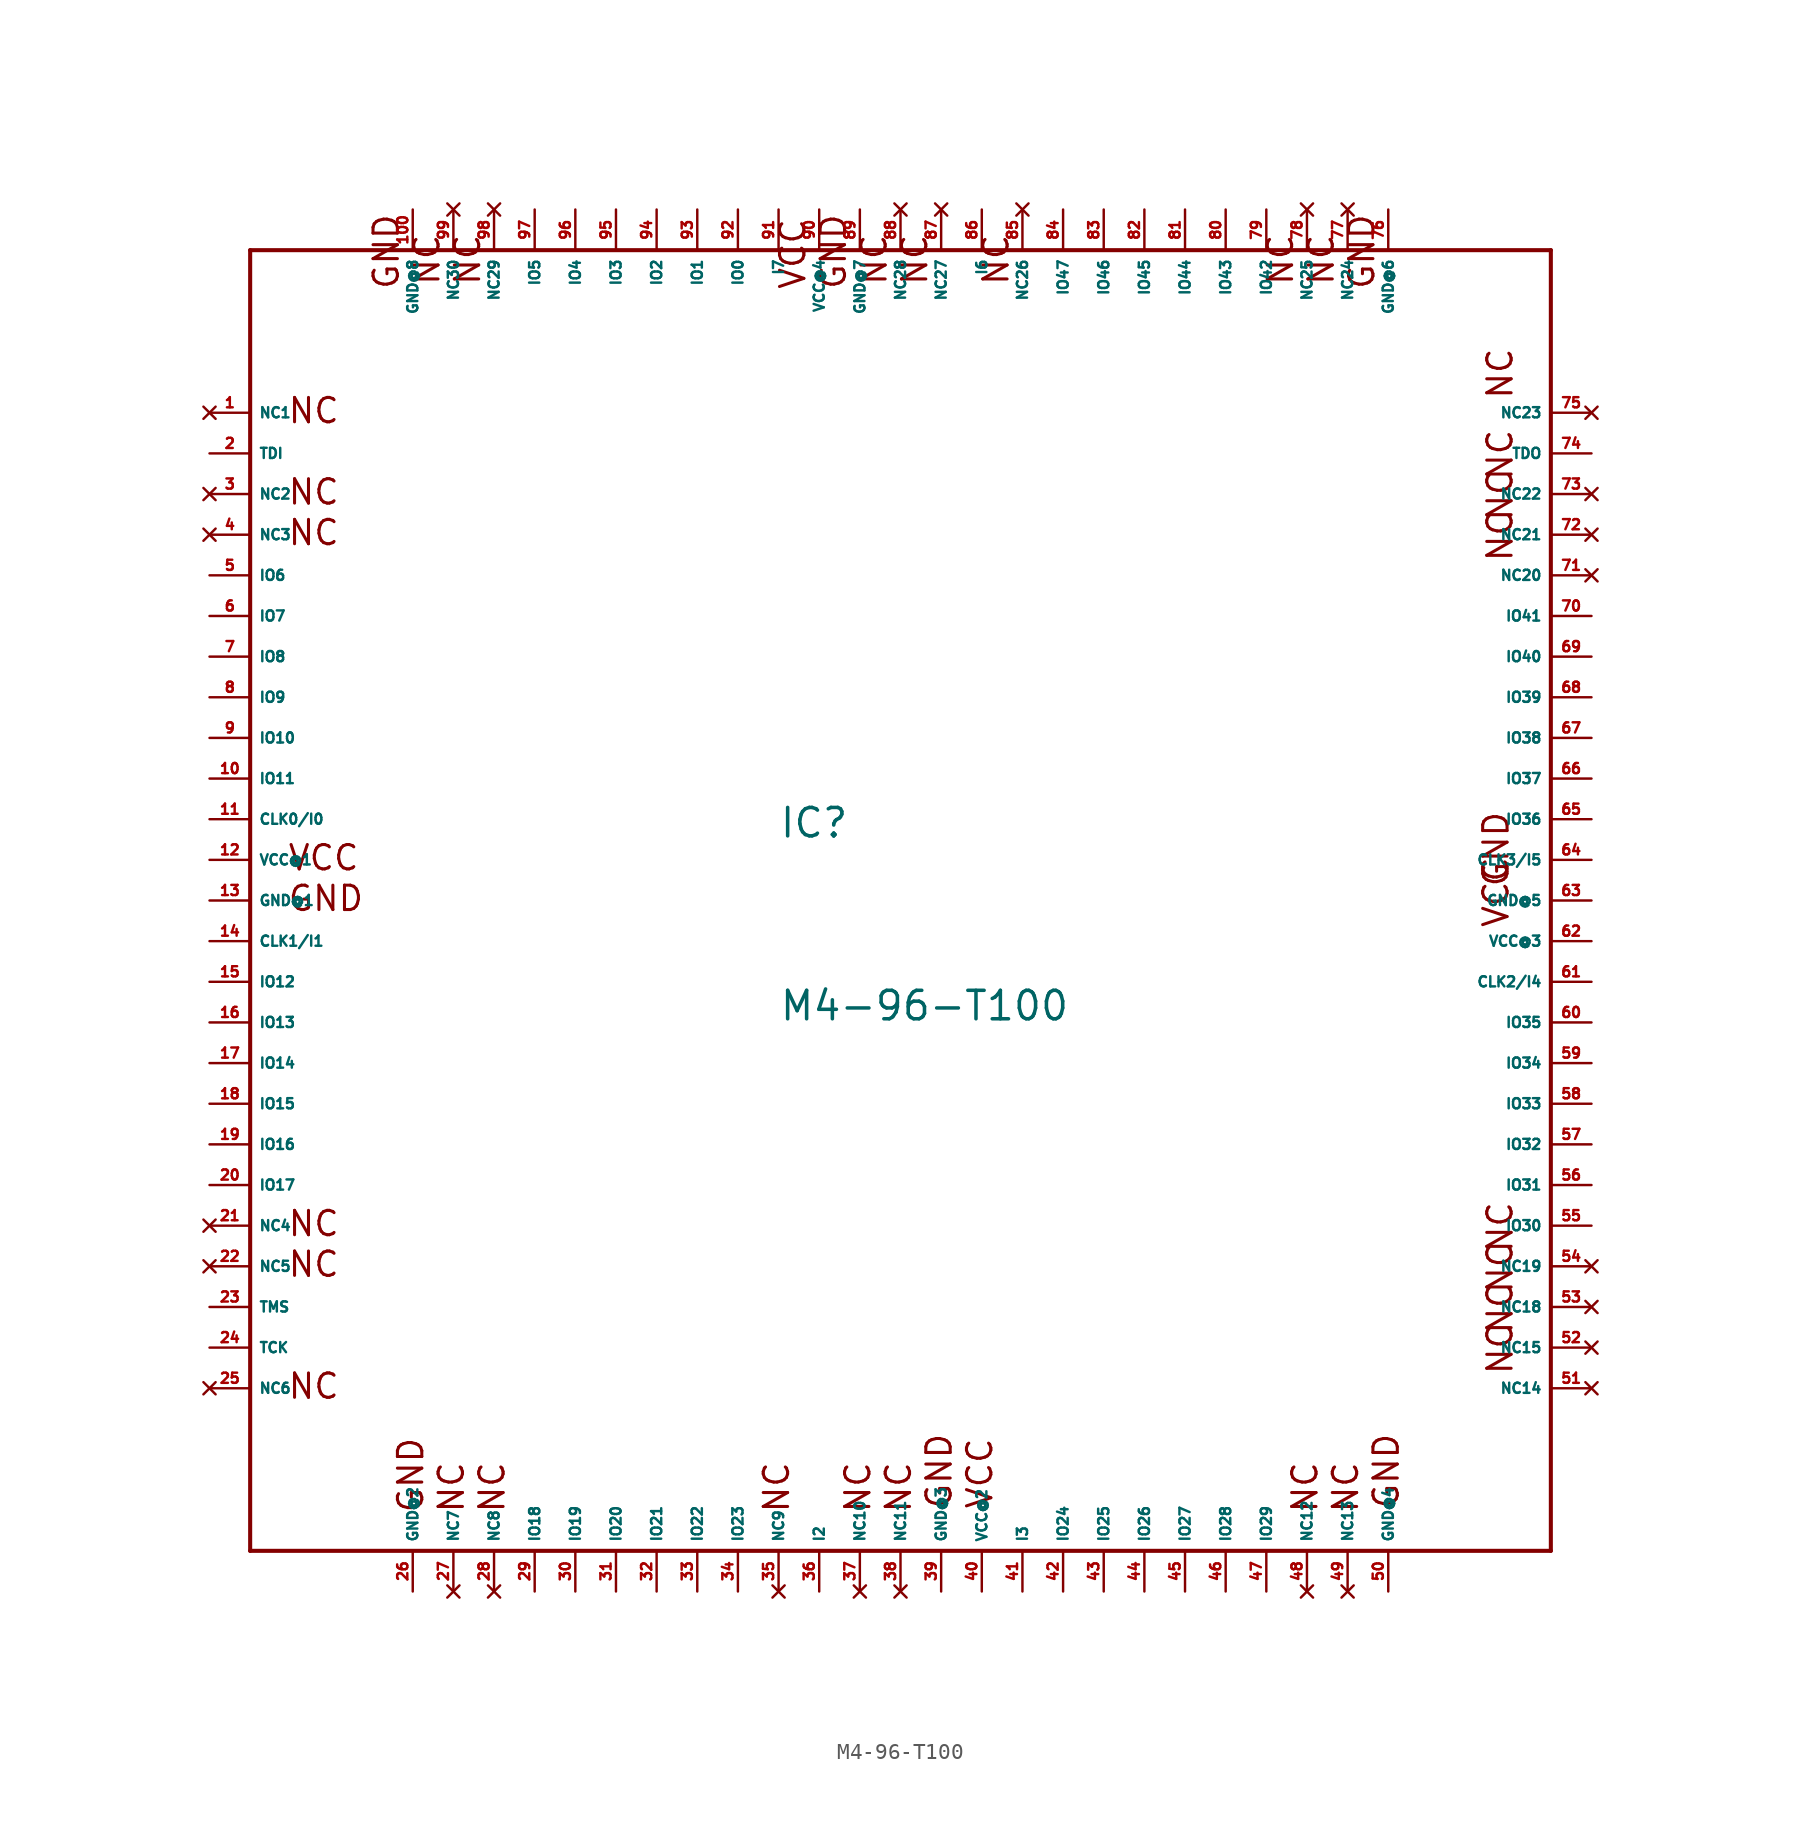
<source format=kicad_sym>
(kicad_symbol_lib
  (version 20220914)
  (generator Eagle2Kicad)
  (symbol "M4-96-T100"
    (property "Reference" "IC"
      (at -7.62 3.81 0)
      (effects (font (size 1.778 1.778) (thickness 0.22)) (justify left bottom)))
    (property "Value" "M4-96-T100"
      (at -7.62 -7.62 0)
      (effects (font (size 1.778 1.778) (thickness 0.22)) (justify left bottom)))
    (polyline
      (pts (xy -40.64 40.64) (xy -40.64 -40.64))
      (stroke (width 0.254) (type default))
      (fill (type none)))
    (polyline
      (pts (xy -40.64 -40.64) (xy 40.64 -40.64))
      (stroke (width 0.254) (type default))
      (fill (type none)))
    (polyline
      (pts (xy 40.64 -40.64) (xy 40.64 40.64))
      (stroke (width 0.254) (type default))
      (fill (type none)))
    (polyline
      (pts (xy 40.64 40.64) (xy -40.64 40.64))
      (stroke (width 0.254) (type default))
      (fill (type none)))
    (text "GND"
      (at -38.354 -0.762 0)
      (effects (font (size 1.524 1.524) (thickness 0.19)) (justify left bottom)))
    (text "GND"
      (at -29.718 -38.354 900)
      (effects (font (size 1.524 1.524) (thickness 0.19)) (justify left bottom)))
    (text "GND"
      (at 3.302 -38.1 900)
      (effects (font (size 1.524 1.524) (thickness 0.19)) (justify left bottom)))
    (text "GND"
      (at 31.242 -38.1 900)
      (effects (font (size 1.524 1.524) (thickness 0.19)) (justify left bottom)))
    (text "VCC"
      (at 5.842 -38.1 900)
      (effects (font (size 1.524 1.524) (thickness 0.19)) (justify left bottom)))
    (text "VCC"
      (at -38.354 1.778 0)
      (effects (font (size 1.524 1.524) (thickness 0.19)) (justify left bottom)))
    (text "NC"
      (at -38.354 29.718 0)
      (effects (font (size 1.524 1.524) (thickness 0.19)) (justify left bottom)))
    (text "NC"
      (at -38.354 24.638 0)
      (effects (font (size 1.524 1.524) (thickness 0.19)) (justify left bottom)))
    (text "NC"
      (at -38.354 22.098 0)
      (effects (font (size 1.524 1.524) (thickness 0.19)) (justify left bottom)))
    (text "NC"
      (at -38.354 -21.082 0)
      (effects (font (size 1.524 1.524) (thickness 0.19)) (justify left bottom)))
    (text "NC"
      (at -38.354 -23.622 0)
      (effects (font (size 1.524 1.524) (thickness 0.19)) (justify left bottom)))
    (text "NC"
      (at -38.354 -31.242 0)
      (effects (font (size 1.524 1.524) (thickness 0.19)) (justify left bottom)))
    (text "NC"
      (at -27.178 -38.354 900)
      (effects (font (size 1.524 1.524) (thickness 0.19)) (justify left bottom)))
    (text "NC"
      (at -24.638 -38.354 900)
      (effects (font (size 1.524 1.524) (thickness 0.19)) (justify left bottom)))
    (text "NC"
      (at -6.858 -38.354 900)
      (effects (font (size 1.524 1.524) (thickness 0.19)) (justify left bottom)))
    (text "NC"
      (at -1.778 -38.354 900)
      (effects (font (size 1.524 1.524) (thickness 0.19)) (justify left bottom)))
    (text "NC"
      (at 0.762 -38.354 900)
      (effects (font (size 1.524 1.524) (thickness 0.19)) (justify left bottom)))
    (text "NC"
      (at 26.162 -38.354 900)
      (effects (font (size 1.524 1.524) (thickness 0.19)) (justify left bottom)))
    (text "NC"
      (at 28.702 -38.354 900)
      (effects (font (size 1.524 1.524) (thickness 0.19)) (justify left bottom)))
    (text "NC"
      (at 38.354 -29.718 1800)
      (effects (font (size 1.524 1.524) (thickness 0.19)) (justify left bottom)))
    (text "NC"
      (at 38.354 -27.178 1800)
      (effects (font (size 1.524 1.524) (thickness 0.19)) (justify left bottom)))
    (text "NC"
      (at 38.354 -24.638 1800)
      (effects (font (size 1.524 1.524) (thickness 0.19)) (justify left bottom)))
    (text "NC"
      (at 38.354 -22.098 1800)
      (effects (font (size 1.524 1.524) (thickness 0.19)) (justify left bottom)))
    (text "VCC"
      (at 38.1 -1.778 1800)
      (effects (font (size 1.524 1.524) (thickness 0.19)) (justify left bottom)))
    (text "GND"
      (at 38.1 0.762 1800)
      (effects (font (size 1.524 1.524) (thickness 0.19)) (justify left bottom)))
    (text "NC"
      (at 38.354 21.082 1800)
      (effects (font (size 1.524 1.524) (thickness 0.19)) (justify left bottom)))
    (text "NC"
      (at 38.354 23.622 1800)
      (effects (font (size 1.524 1.524) (thickness 0.19)) (justify left bottom)))
    (text "NC"
      (at 38.354 26.162 1800)
      (effects (font (size 1.524 1.524) (thickness 0.19)) (justify left bottom)))
    (text "NC"
      (at 38.354 31.242 1800)
      (effects (font (size 1.524 1.524) (thickness 0.19)) (justify left bottom)))
    (text "GND"
      (at 29.718 38.1 2700)
      (effects (font (size 1.524 1.524) (thickness 0.19)) (justify left bottom)))
    (text "NC"
      (at 27.178 38.354 2700)
      (effects (font (size 1.524 1.524) (thickness 0.19)) (justify left bottom)))
    (text "NC"
      (at 24.638 38.354 2700)
      (effects (font (size 1.524 1.524) (thickness 0.19)) (justify left bottom)))
    (text "NC"
      (at 6.858 38.354 2700)
      (effects (font (size 1.524 1.524) (thickness 0.19)) (justify left bottom)))
    (text "NC"
      (at 1.778 38.354 2700)
      (effects (font (size 1.524 1.524) (thickness 0.19)) (justify left bottom)))
    (text "NC"
      (at -0.762 38.354 2700)
      (effects (font (size 1.524 1.524) (thickness 0.19)) (justify left bottom)))
    (text "GND"
      (at -3.302 38.1 2700)
      (effects (font (size 1.524 1.524) (thickness 0.19)) (justify left bottom)))
    (text "VCC"
      (at -5.842 38.1 2700)
      (effects (font (size 1.524 1.524) (thickness 0.19)) (justify left bottom)))
    (text "NC"
      (at -26.162 38.354 2700)
      (effects (font (size 1.524 1.524) (thickness 0.19)) (justify left bottom)))
    (text "NC"
      (at -28.702 38.354 2700)
      (effects (font (size 1.524 1.524) (thickness 0.19)) (justify left bottom)))
    (text "GND"
      (at -31.242 38.1 2700)
      (effects (font (size 1.524 1.524) (thickness 0.19)) (justify left bottom)))
    (pin input line
      (at -43.18 5.08 0)
      (length 2.54)
      (name "CLK0/I0" (effects (font (size 0.635 0.635) (thickness 0.08)) (justify left bottom)))
      (number "11" (effects (font (size 0.635 0.635) (thickness 0.08)) (justify left bottom))))
    (pin input line
      (at -43.18 -2.54 0)
      (length 2.54)
      (name "CLK1/I1" (effects (font (size 0.635 0.635) (thickness 0.08)) (justify left bottom)))
      (number "14" (effects (font (size 0.635 0.635) (thickness 0.08)) (justify left bottom))))
    (pin input line
      (at -43.18 27.94 0)
      (length 2.54)
      (name "TDI" (effects (font (size 0.635 0.635) (thickness 0.08)) (justify left bottom)))
      (number "2" (effects (font (size 0.635 0.635) (thickness 0.08)) (justify left bottom))))
    (pin input line
      (at -43.18 -27.94 0)
      (length 2.54)
      (name "TCK" (effects (font (size 0.635 0.635) (thickness 0.08)) (justify left bottom)))
      (number "24" (effects (font (size 0.635 0.635) (thickness 0.08)) (justify left bottom))))
    (pin input line
      (at -43.18 -25.4 0)
      (length 2.54)
      (name "TMS" (effects (font (size 0.635 0.635) (thickness 0.08)) (justify left bottom)))
      (number "23" (effects (font (size 0.635 0.635) (thickness 0.08)) (justify left bottom))))
    (pin output line
      (at 43.18 27.94 180)
      (length 2.54)
      (name "TDO" (effects (font (size 0.635 0.635) (thickness 0.08)) (justify left bottom)))
      (number "74" (effects (font (size 0.635 0.635) (thickness 0.08)) (justify left bottom))))
    (pin bidirectional line
      (at -10.16 43.18 270)
      (length 2.54)
      (name "IO0" (effects (font (size 0.635 0.635) (thickness 0.08)) (justify left bottom)))
      (number "92" (effects (font (size 0.635 0.635) (thickness 0.08)) (justify left bottom))))
    (pin bidirectional line
      (at -12.7 43.18 270)
      (length 2.54)
      (name "IO1" (effects (font (size 0.635 0.635) (thickness 0.08)) (justify left bottom)))
      (number "93" (effects (font (size 0.635 0.635) (thickness 0.08)) (justify left bottom))))
    (pin bidirectional line
      (at -15.24 43.18 270)
      (length 2.54)
      (name "IO2" (effects (font (size 0.635 0.635) (thickness 0.08)) (justify left bottom)))
      (number "94" (effects (font (size 0.635 0.635) (thickness 0.08)) (justify left bottom))))
    (pin bidirectional line
      (at -17.78 43.18 270)
      (length 2.54)
      (name "IO3" (effects (font (size 0.635 0.635) (thickness 0.08)) (justify left bottom)))
      (number "95" (effects (font (size 0.635 0.635) (thickness 0.08)) (justify left bottom))))
    (pin bidirectional line
      (at -20.32 43.18 270)
      (length 2.54)
      (name "IO4" (effects (font (size 0.635 0.635) (thickness 0.08)) (justify left bottom)))
      (number "96" (effects (font (size 0.635 0.635) (thickness 0.08)) (justify left bottom))))
    (pin bidirectional line
      (at -22.86 43.18 270)
      (length 2.54)
      (name "IO5" (effects (font (size 0.635 0.635) (thickness 0.08)) (justify left bottom)))
      (number "97" (effects (font (size 0.635 0.635) (thickness 0.08)) (justify left bottom))))
    (pin bidirectional line
      (at -43.18 20.32 0)
      (length 2.54)
      (name "IO6" (effects (font (size 0.635 0.635) (thickness 0.08)) (justify left bottom)))
      (number "5" (effects (font (size 0.635 0.635) (thickness 0.08)) (justify left bottom))))
    (pin bidirectional line
      (at -43.18 17.78 0)
      (length 2.54)
      (name "IO7" (effects (font (size 0.635 0.635) (thickness 0.08)) (justify left bottom)))
      (number "6" (effects (font (size 0.635 0.635) (thickness 0.08)) (justify left bottom))))
    (pin bidirectional line
      (at -43.18 15.24 0)
      (length 2.54)
      (name "IO8" (effects (font (size 0.635 0.635) (thickness 0.08)) (justify left bottom)))
      (number "7" (effects (font (size 0.635 0.635) (thickness 0.08)) (justify left bottom))))
    (pin bidirectional line
      (at -43.18 12.7 0)
      (length 2.54)
      (name "IO9" (effects (font (size 0.635 0.635) (thickness 0.08)) (justify left bottom)))
      (number "8" (effects (font (size 0.635 0.635) (thickness 0.08)) (justify left bottom))))
    (pin bidirectional line
      (at -43.18 10.16 0)
      (length 2.54)
      (name "IO10" (effects (font (size 0.635 0.635) (thickness 0.08)) (justify left bottom)))
      (number "9" (effects (font (size 0.635 0.635) (thickness 0.08)) (justify left bottom))))
    (pin bidirectional line
      (at -43.18 7.62 0)
      (length 2.54)
      (name "IO11" (effects (font (size 0.635 0.635) (thickness 0.08)) (justify left bottom)))
      (number "10" (effects (font (size 0.635 0.635) (thickness 0.08)) (justify left bottom))))
    (pin bidirectional line
      (at -43.18 -5.08 0)
      (length 2.54)
      (name "IO12" (effects (font (size 0.635 0.635) (thickness 0.08)) (justify left bottom)))
      (number "15" (effects (font (size 0.635 0.635) (thickness 0.08)) (justify left bottom))))
    (pin bidirectional line
      (at -43.18 -7.62 0)
      (length 2.54)
      (name "IO13" (effects (font (size 0.635 0.635) (thickness 0.08)) (justify left bottom)))
      (number "16" (effects (font (size 0.635 0.635) (thickness 0.08)) (justify left bottom))))
    (pin bidirectional line
      (at -43.18 -10.16 0)
      (length 2.54)
      (name "IO14" (effects (font (size 0.635 0.635) (thickness 0.08)) (justify left bottom)))
      (number "17" (effects (font (size 0.635 0.635) (thickness 0.08)) (justify left bottom))))
    (pin bidirectional line
      (at -43.18 -12.7 0)
      (length 2.54)
      (name "IO15" (effects (font (size 0.635 0.635) (thickness 0.08)) (justify left bottom)))
      (number "18" (effects (font (size 0.635 0.635) (thickness 0.08)) (justify left bottom))))
    (pin bidirectional line
      (at -43.18 -15.24 0)
      (length 2.54)
      (name "IO16" (effects (font (size 0.635 0.635) (thickness 0.08)) (justify left bottom)))
      (number "19" (effects (font (size 0.635 0.635) (thickness 0.08)) (justify left bottom))))
    (pin bidirectional line
      (at -43.18 -17.78 0)
      (length 2.54)
      (name "IO17" (effects (font (size 0.635 0.635) (thickness 0.08)) (justify left bottom)))
      (number "20" (effects (font (size 0.635 0.635) (thickness 0.08)) (justify left bottom))))
    (pin bidirectional line
      (at -22.86 -43.18 90)
      (length 2.54)
      (name "IO18" (effects (font (size 0.635 0.635) (thickness 0.08)) (justify left bottom)))
      (number "29" (effects (font (size 0.635 0.635) (thickness 0.08)) (justify left bottom))))
    (pin bidirectional line
      (at -20.32 -43.18 90)
      (length 2.54)
      (name "IO19" (effects (font (size 0.635 0.635) (thickness 0.08)) (justify left bottom)))
      (number "30" (effects (font (size 0.635 0.635) (thickness 0.08)) (justify left bottom))))
    (pin bidirectional line
      (at -17.78 -43.18 90)
      (length 2.54)
      (name "IO20" (effects (font (size 0.635 0.635) (thickness 0.08)) (justify left bottom)))
      (number "31" (effects (font (size 0.635 0.635) (thickness 0.08)) (justify left bottom))))
    (pin bidirectional line
      (at -15.24 -43.18 90)
      (length 2.54)
      (name "IO21" (effects (font (size 0.635 0.635) (thickness 0.08)) (justify left bottom)))
      (number "32" (effects (font (size 0.635 0.635) (thickness 0.08)) (justify left bottom))))
    (pin bidirectional line
      (at -12.7 -43.18 90)
      (length 2.54)
      (name "IO22" (effects (font (size 0.635 0.635) (thickness 0.08)) (justify left bottom)))
      (number "33" (effects (font (size 0.635 0.635) (thickness 0.08)) (justify left bottom))))
    (pin bidirectional line
      (at -10.16 -43.18 90)
      (length 2.54)
      (name "IO23" (effects (font (size 0.635 0.635) (thickness 0.08)) (justify left bottom)))
      (number "34" (effects (font (size 0.635 0.635) (thickness 0.08)) (justify left bottom))))
    (pin bidirectional line
      (at 10.16 -43.18 90)
      (length 2.54)
      (name "IO24" (effects (font (size 0.635 0.635) (thickness 0.08)) (justify left bottom)))
      (number "42" (effects (font (size 0.635 0.635) (thickness 0.08)) (justify left bottom))))
    (pin bidirectional line
      (at 12.7 -43.18 90)
      (length 2.54)
      (name "IO25" (effects (font (size 0.635 0.635) (thickness 0.08)) (justify left bottom)))
      (number "43" (effects (font (size 0.635 0.635) (thickness 0.08)) (justify left bottom))))
    (pin bidirectional line
      (at 15.24 -43.18 90)
      (length 2.54)
      (name "IO26" (effects (font (size 0.635 0.635) (thickness 0.08)) (justify left bottom)))
      (number "44" (effects (font (size 0.635 0.635) (thickness 0.08)) (justify left bottom))))
    (pin bidirectional line
      (at 17.78 -43.18 90)
      (length 2.54)
      (name "IO27" (effects (font (size 0.635 0.635) (thickness 0.08)) (justify left bottom)))
      (number "45" (effects (font (size 0.635 0.635) (thickness 0.08)) (justify left bottom))))
    (pin bidirectional line
      (at 20.32 -43.18 90)
      (length 2.54)
      (name "IO28" (effects (font (size 0.635 0.635) (thickness 0.08)) (justify left bottom)))
      (number "46" (effects (font (size 0.635 0.635) (thickness 0.08)) (justify left bottom))))
    (pin bidirectional line
      (at 22.86 -43.18 90)
      (length 2.54)
      (name "IO29" (effects (font (size 0.635 0.635) (thickness 0.08)) (justify left bottom)))
      (number "47" (effects (font (size 0.635 0.635) (thickness 0.08)) (justify left bottom))))
    (pin bidirectional line
      (at 43.18 -20.32 180)
      (length 2.54)
      (name "IO30" (effects (font (size 0.635 0.635) (thickness 0.08)) (justify left bottom)))
      (number "55" (effects (font (size 0.635 0.635) (thickness 0.08)) (justify left bottom))))
    (pin bidirectional line
      (at 43.18 -17.78 180)
      (length 2.54)
      (name "IO31" (effects (font (size 0.635 0.635) (thickness 0.08)) (justify left bottom)))
      (number "56" (effects (font (size 0.635 0.635) (thickness 0.08)) (justify left bottom))))
    (pin unspecified line
      (at -43.18 0 0)
      (length 2.54)
      (name "GND@1" (effects (font (size 0.635 0.635) (thickness 0.08)) (justify left bottom)))
      (number "13" (effects (font (size 0.635 0.635) (thickness 0.08)) (justify left bottom))))
    (pin unspecified line
      (at -30.48 -43.18 90)
      (length 2.54)
      (name "GND@2" (effects (font (size 0.635 0.635) (thickness 0.08)) (justify left bottom)))
      (number "26" (effects (font (size 0.635 0.635) (thickness 0.08)) (justify left bottom))))
    (pin unspecified line
      (at 2.54 -43.18 90)
      (length 2.54)
      (name "GND@3" (effects (font (size 0.635 0.635) (thickness 0.08)) (justify left bottom)))
      (number "39" (effects (font (size 0.635 0.635) (thickness 0.08)) (justify left bottom))))
    (pin unspecified line
      (at 30.48 -43.18 90)
      (length 2.54)
      (name "GND@4" (effects (font (size 0.635 0.635) (thickness 0.08)) (justify left bottom)))
      (number "50" (effects (font (size 0.635 0.635) (thickness 0.08)) (justify left bottom))))
    (pin unspecified line
      (at -43.18 2.54 0)
      (length 2.54)
      (name "VCC@1" (effects (font (size 0.635 0.635) (thickness 0.08)) (justify left bottom)))
      (number "12" (effects (font (size 0.635 0.635) (thickness 0.08)) (justify left bottom))))
    (pin unspecified line
      (at 5.08 -43.18 90)
      (length 2.54)
      (name "VCC@2" (effects (font (size 0.635 0.635) (thickness 0.08)) (justify left bottom)))
      (number "40" (effects (font (size 0.635 0.635) (thickness 0.08)) (justify left bottom))))
    (pin no_connect line
      (at -43.18 30.48 0)
      (length 2.54)
      (name "NC1" (effects (font (size 0.635 0.635) (thickness 0.08)) (justify left bottom) hide))
      (number "1" (effects (font (size 0.635 0.635) (thickness 0.08)) (justify left bottom) hide)))
    (pin no_connect line
      (at -43.18 25.4 0)
      (length 2.54)
      (name "NC2" (effects (font (size 0.635 0.635) (thickness 0.08)) (justify left bottom) hide))
      (number "3" (effects (font (size 0.635 0.635) (thickness 0.08)) (justify left bottom) hide)))
    (pin no_connect line
      (at -43.18 22.86 0)
      (length 2.54)
      (name "NC3" (effects (font (size 0.635 0.635) (thickness 0.08)) (justify left bottom) hide))
      (number "4" (effects (font (size 0.635 0.635) (thickness 0.08)) (justify left bottom) hide)))
    (pin no_connect line
      (at -43.18 -20.32 0)
      (length 2.54)
      (name "NC4" (effects (font (size 0.635 0.635) (thickness 0.08)) (justify left bottom) hide))
      (number "21" (effects (font (size 0.635 0.635) (thickness 0.08)) (justify left bottom) hide)))
    (pin no_connect line
      (at -43.18 -22.86 0)
      (length 2.54)
      (name "NC5" (effects (font (size 0.635 0.635) (thickness 0.08)) (justify left bottom) hide))
      (number "22" (effects (font (size 0.635 0.635) (thickness 0.08)) (justify left bottom) hide)))
    (pin no_connect line
      (at -43.18 -30.48 0)
      (length 2.54)
      (name "NC6" (effects (font (size 0.635 0.635) (thickness 0.08)) (justify left bottom) hide))
      (number "25" (effects (font (size 0.635 0.635) (thickness 0.08)) (justify left bottom) hide)))
    (pin no_connect line
      (at -27.94 -43.18 90)
      (length 2.54)
      (name "NC7" (effects (font (size 0.635 0.635) (thickness 0.08)) (justify left bottom) hide))
      (number "27" (effects (font (size 0.635 0.635) (thickness 0.08)) (justify left bottom) hide)))
    (pin no_connect line
      (at -25.4 -43.18 90)
      (length 2.54)
      (name "NC8" (effects (font (size 0.635 0.635) (thickness 0.08)) (justify left bottom) hide))
      (number "28" (effects (font (size 0.635 0.635) (thickness 0.08)) (justify left bottom) hide)))
    (pin no_connect line
      (at -7.62 -43.18 90)
      (length 2.54)
      (name "NC9" (effects (font (size 0.635 0.635) (thickness 0.08)) (justify left bottom) hide))
      (number "35" (effects (font (size 0.635 0.635) (thickness 0.08)) (justify left bottom) hide)))
    (pin input line
      (at -5.08 -43.18 90)
      (length 2.54)
      (name "I2" (effects (font (size 0.635 0.635) (thickness 0.08)) (justify left bottom)))
      (number "36" (effects (font (size 0.635 0.635) (thickness 0.08)) (justify left bottom))))
    (pin no_connect line
      (at -2.54 -43.18 90)
      (length 2.54)
      (name "NC10" (effects (font (size 0.635 0.635) (thickness 0.08)) (justify left bottom) hide))
      (number "37" (effects (font (size 0.635 0.635) (thickness 0.08)) (justify left bottom) hide)))
    (pin no_connect line
      (at 0 -43.18 90)
      (length 2.54)
      (name "NC11" (effects (font (size 0.635 0.635) (thickness 0.08)) (justify left bottom) hide))
      (number "38" (effects (font (size 0.635 0.635) (thickness 0.08)) (justify left bottom) hide)))
    (pin input line
      (at 7.62 -43.18 90)
      (length 2.54)
      (name "I3" (effects (font (size 0.635 0.635) (thickness 0.08)) (justify left bottom)))
      (number "41" (effects (font (size 0.635 0.635) (thickness 0.08)) (justify left bottom))))
    (pin no_connect line
      (at 25.4 -43.18 90)
      (length 2.54)
      (name "NC12" (effects (font (size 0.635 0.635) (thickness 0.08)) (justify left bottom) hide))
      (number "48" (effects (font (size 0.635 0.635) (thickness 0.08)) (justify left bottom) hide)))
    (pin no_connect line
      (at 27.94 -43.18 90)
      (length 2.54)
      (name "NC13" (effects (font (size 0.635 0.635) (thickness 0.08)) (justify left bottom) hide))
      (number "49" (effects (font (size 0.635 0.635) (thickness 0.08)) (justify left bottom) hide)))
    (pin no_connect line
      (at 43.18 -30.48 180)
      (length 2.54)
      (name "NC14" (effects (font (size 0.635 0.635) (thickness 0.08)) (justify left bottom) hide))
      (number "51" (effects (font (size 0.635 0.635) (thickness 0.08)) (justify left bottom) hide)))
    (pin no_connect line
      (at 43.18 -27.94 180)
      (length 2.54)
      (name "NC15" (effects (font (size 0.635 0.635) (thickness 0.08)) (justify left bottom) hide))
      (number "52" (effects (font (size 0.635 0.635) (thickness 0.08)) (justify left bottom) hide)))
    (pin no_connect line
      (at 43.18 -25.4 180)
      (length 2.54)
      (name "NC18" (effects (font (size 0.635 0.635) (thickness 0.08)) (justify left bottom) hide))
      (number "53" (effects (font (size 0.635 0.635) (thickness 0.08)) (justify left bottom) hide)))
    (pin no_connect line
      (at 43.18 -22.86 180)
      (length 2.54)
      (name "NC19" (effects (font (size 0.635 0.635) (thickness 0.08)) (justify left bottom) hide))
      (number "54" (effects (font (size 0.635 0.635) (thickness 0.08)) (justify left bottom) hide)))
    (pin bidirectional line
      (at 43.18 -15.24 180)
      (length 2.54)
      (name "IO32" (effects (font (size 0.635 0.635) (thickness 0.08)) (justify left bottom)))
      (number "57" (effects (font (size 0.635 0.635) (thickness 0.08)) (justify left bottom))))
    (pin bidirectional line
      (at 43.18 -12.7 180)
      (length 2.54)
      (name "IO33" (effects (font (size 0.635 0.635) (thickness 0.08)) (justify left bottom)))
      (number "58" (effects (font (size 0.635 0.635) (thickness 0.08)) (justify left bottom))))
    (pin bidirectional line
      (at 43.18 -10.16 180)
      (length 2.54)
      (name "IO34" (effects (font (size 0.635 0.635) (thickness 0.08)) (justify left bottom)))
      (number "59" (effects (font (size 0.635 0.635) (thickness 0.08)) (justify left bottom))))
    (pin bidirectional line
      (at 43.18 -7.62 180)
      (length 2.54)
      (name "IO35" (effects (font (size 0.635 0.635) (thickness 0.08)) (justify left bottom)))
      (number "60" (effects (font (size 0.635 0.635) (thickness 0.08)) (justify left bottom))))
    (pin input line
      (at 43.18 -5.08 180)
      (length 2.54)
      (name "CLK2/I4" (effects (font (size 0.635 0.635) (thickness 0.08)) (justify left bottom)))
      (number "61" (effects (font (size 0.635 0.635) (thickness 0.08)) (justify left bottom))))
    (pin unspecified line
      (at 43.18 -2.54 180)
      (length 2.54)
      (name "VCC@3" (effects (font (size 0.635 0.635) (thickness 0.08)) (justify left bottom)))
      (number "62" (effects (font (size 0.635 0.635) (thickness 0.08)) (justify left bottom))))
    (pin unspecified line
      (at 43.18 0 180)
      (length 2.54)
      (name "GND@5" (effects (font (size 0.635 0.635) (thickness 0.08)) (justify left bottom)))
      (number "63" (effects (font (size 0.635 0.635) (thickness 0.08)) (justify left bottom))))
    (pin input line
      (at 43.18 2.54 180)
      (length 2.54)
      (name "CLK3/I5" (effects (font (size 0.635 0.635) (thickness 0.08)) (justify left bottom)))
      (number "64" (effects (font (size 0.635 0.635) (thickness 0.08)) (justify left bottom))))
    (pin bidirectional line
      (at 43.18 5.08 180)
      (length 2.54)
      (name "IO36" (effects (font (size 0.635 0.635) (thickness 0.08)) (justify left bottom)))
      (number "65" (effects (font (size 0.635 0.635) (thickness 0.08)) (justify left bottom))))
    (pin bidirectional line
      (at 43.18 7.62 180)
      (length 2.54)
      (name "IO37" (effects (font (size 0.635 0.635) (thickness 0.08)) (justify left bottom)))
      (number "66" (effects (font (size 0.635 0.635) (thickness 0.08)) (justify left bottom))))
    (pin bidirectional line
      (at 43.18 10.16 180)
      (length 2.54)
      (name "IO38" (effects (font (size 0.635 0.635) (thickness 0.08)) (justify left bottom)))
      (number "67" (effects (font (size 0.635 0.635) (thickness 0.08)) (justify left bottom))))
    (pin bidirectional line
      (at 43.18 12.7 180)
      (length 2.54)
      (name "IO39" (effects (font (size 0.635 0.635) (thickness 0.08)) (justify left bottom)))
      (number "68" (effects (font (size 0.635 0.635) (thickness 0.08)) (justify left bottom))))
    (pin bidirectional line
      (at 43.18 15.24 180)
      (length 2.54)
      (name "IO40" (effects (font (size 0.635 0.635) (thickness 0.08)) (justify left bottom)))
      (number "69" (effects (font (size 0.635 0.635) (thickness 0.08)) (justify left bottom))))
    (pin bidirectional line
      (at 43.18 17.78 180)
      (length 2.54)
      (name "IO41" (effects (font (size 0.635 0.635) (thickness 0.08)) (justify left bottom)))
      (number "70" (effects (font (size 0.635 0.635) (thickness 0.08)) (justify left bottom))))
    (pin no_connect line
      (at 43.18 20.32 180)
      (length 2.54)
      (name "NC20" (effects (font (size 0.635 0.635) (thickness 0.08)) (justify left bottom) hide))
      (number "71" (effects (font (size 0.635 0.635) (thickness 0.08)) (justify left bottom) hide)))
    (pin no_connect line
      (at 43.18 22.86 180)
      (length 2.54)
      (name "NC21" (effects (font (size 0.635 0.635) (thickness 0.08)) (justify left bottom) hide))
      (number "72" (effects (font (size 0.635 0.635) (thickness 0.08)) (justify left bottom) hide)))
    (pin no_connect line
      (at 43.18 25.4 180)
      (length 2.54)
      (name "NC22" (effects (font (size 0.635 0.635) (thickness 0.08)) (justify left bottom) hide))
      (number "73" (effects (font (size 0.635 0.635) (thickness 0.08)) (justify left bottom) hide)))
    (pin no_connect line
      (at 43.18 30.48 180)
      (length 2.54)
      (name "NC23" (effects (font (size 0.635 0.635) (thickness 0.08)) (justify left bottom) hide))
      (number "75" (effects (font (size 0.635 0.635) (thickness 0.08)) (justify left bottom) hide)))
    (pin unspecified line
      (at 30.48 43.18 270)
      (length 2.54)
      (name "GND@6" (effects (font (size 0.635 0.635) (thickness 0.08)) (justify left bottom)))
      (number "76" (effects (font (size 0.635 0.635) (thickness 0.08)) (justify left bottom))))
    (pin no_connect line
      (at 27.94 43.18 270)
      (length 2.54)
      (name "NC24" (effects (font (size 0.635 0.635) (thickness 0.08)) (justify left bottom) hide))
      (number "77" (effects (font (size 0.635 0.635) (thickness 0.08)) (justify left bottom) hide)))
    (pin no_connect line
      (at 25.4 43.18 270)
      (length 2.54)
      (name "NC25" (effects (font (size 0.635 0.635) (thickness 0.08)) (justify left bottom) hide))
      (number "78" (effects (font (size 0.635 0.635) (thickness 0.08)) (justify left bottom) hide)))
    (pin bidirectional line
      (at 22.86 43.18 270)
      (length 2.54)
      (name "IO42" (effects (font (size 0.635 0.635) (thickness 0.08)) (justify left bottom)))
      (number "79" (effects (font (size 0.635 0.635) (thickness 0.08)) (justify left bottom))))
    (pin bidirectional line
      (at 20.32 43.18 270)
      (length 2.54)
      (name "IO43" (effects (font (size 0.635 0.635) (thickness 0.08)) (justify left bottom)))
      (number "80" (effects (font (size 0.635 0.635) (thickness 0.08)) (justify left bottom))))
    (pin bidirectional line
      (at 17.78 43.18 270)
      (length 2.54)
      (name "IO44" (effects (font (size 0.635 0.635) (thickness 0.08)) (justify left bottom)))
      (number "81" (effects (font (size 0.635 0.635) (thickness 0.08)) (justify left bottom))))
    (pin bidirectional line
      (at 15.24 43.18 270)
      (length 2.54)
      (name "IO45" (effects (font (size 0.635 0.635) (thickness 0.08)) (justify left bottom)))
      (number "82" (effects (font (size 0.635 0.635) (thickness 0.08)) (justify left bottom))))
    (pin bidirectional line
      (at 12.7 43.18 270)
      (length 2.54)
      (name "IO46" (effects (font (size 0.635 0.635) (thickness 0.08)) (justify left bottom)))
      (number "83" (effects (font (size 0.635 0.635) (thickness 0.08)) (justify left bottom))))
    (pin bidirectional line
      (at 10.16 43.18 270)
      (length 2.54)
      (name "IO47" (effects (font (size 0.635 0.635) (thickness 0.08)) (justify left bottom)))
      (number "84" (effects (font (size 0.635 0.635) (thickness 0.08)) (justify left bottom))))
    (pin no_connect line
      (at 7.62 43.18 270)
      (length 2.54)
      (name "NC26" (effects (font (size 0.635 0.635) (thickness 0.08)) (justify left bottom) hide))
      (number "85" (effects (font (size 0.635 0.635) (thickness 0.08)) (justify left bottom) hide)))
    (pin input line
      (at 5.08 43.18 270)
      (length 2.54)
      (name "I6" (effects (font (size 0.635 0.635) (thickness 0.08)) (justify left bottom)))
      (number "86" (effects (font (size 0.635 0.635) (thickness 0.08)) (justify left bottom))))
    (pin no_connect line
      (at 2.54 43.18 270)
      (length 2.54)
      (name "NC27" (effects (font (size 0.635 0.635) (thickness 0.08)) (justify left bottom) hide))
      (number "87" (effects (font (size 0.635 0.635) (thickness 0.08)) (justify left bottom) hide)))
    (pin no_connect line
      (at 0 43.18 270)
      (length 2.54)
      (name "NC28" (effects (font (size 0.635 0.635) (thickness 0.08)) (justify left bottom) hide))
      (number "88" (effects (font (size 0.635 0.635) (thickness 0.08)) (justify left bottom) hide)))
    (pin unspecified line
      (at -2.54 43.18 270)
      (length 2.54)
      (name "GND@7" (effects (font (size 0.635 0.635) (thickness 0.08)) (justify left bottom)))
      (number "89" (effects (font (size 0.635 0.635) (thickness 0.08)) (justify left bottom))))
    (pin unspecified line
      (at -5.08 43.18 270)
      (length 2.54)
      (name "VCC@4" (effects (font (size 0.635 0.635) (thickness 0.08)) (justify left bottom)))
      (number "90" (effects (font (size 0.635 0.635) (thickness 0.08)) (justify left bottom))))
    (pin input line
      (at -7.62 43.18 270)
      (length 2.54)
      (name "I7" (effects (font (size 0.635 0.635) (thickness 0.08)) (justify left bottom)))
      (number "91" (effects (font (size 0.635 0.635) (thickness 0.08)) (justify left bottom))))
    (pin no_connect line
      (at -25.4 43.18 270)
      (length 2.54)
      (name "NC29" (effects (font (size 0.635 0.635) (thickness 0.08)) (justify left bottom) hide))
      (number "98" (effects (font (size 0.635 0.635) (thickness 0.08)) (justify left bottom) hide)))
    (pin no_connect line
      (at -27.94 43.18 270)
      (length 2.54)
      (name "NC30" (effects (font (size 0.635 0.635) (thickness 0.08)) (justify left bottom) hide))
      (number "99" (effects (font (size 0.635 0.635) (thickness 0.08)) (justify left bottom) hide)))
    (pin unspecified line
      (at -30.48 43.18 270)
      (length 2.54)
      (name "GND@8" (effects (font (size 0.635 0.635) (thickness 0.08)) (justify left bottom)))
      (number "100" (effects (font (size 0.635 0.635) (thickness 0.08)) (justify left bottom))))))
</source>
